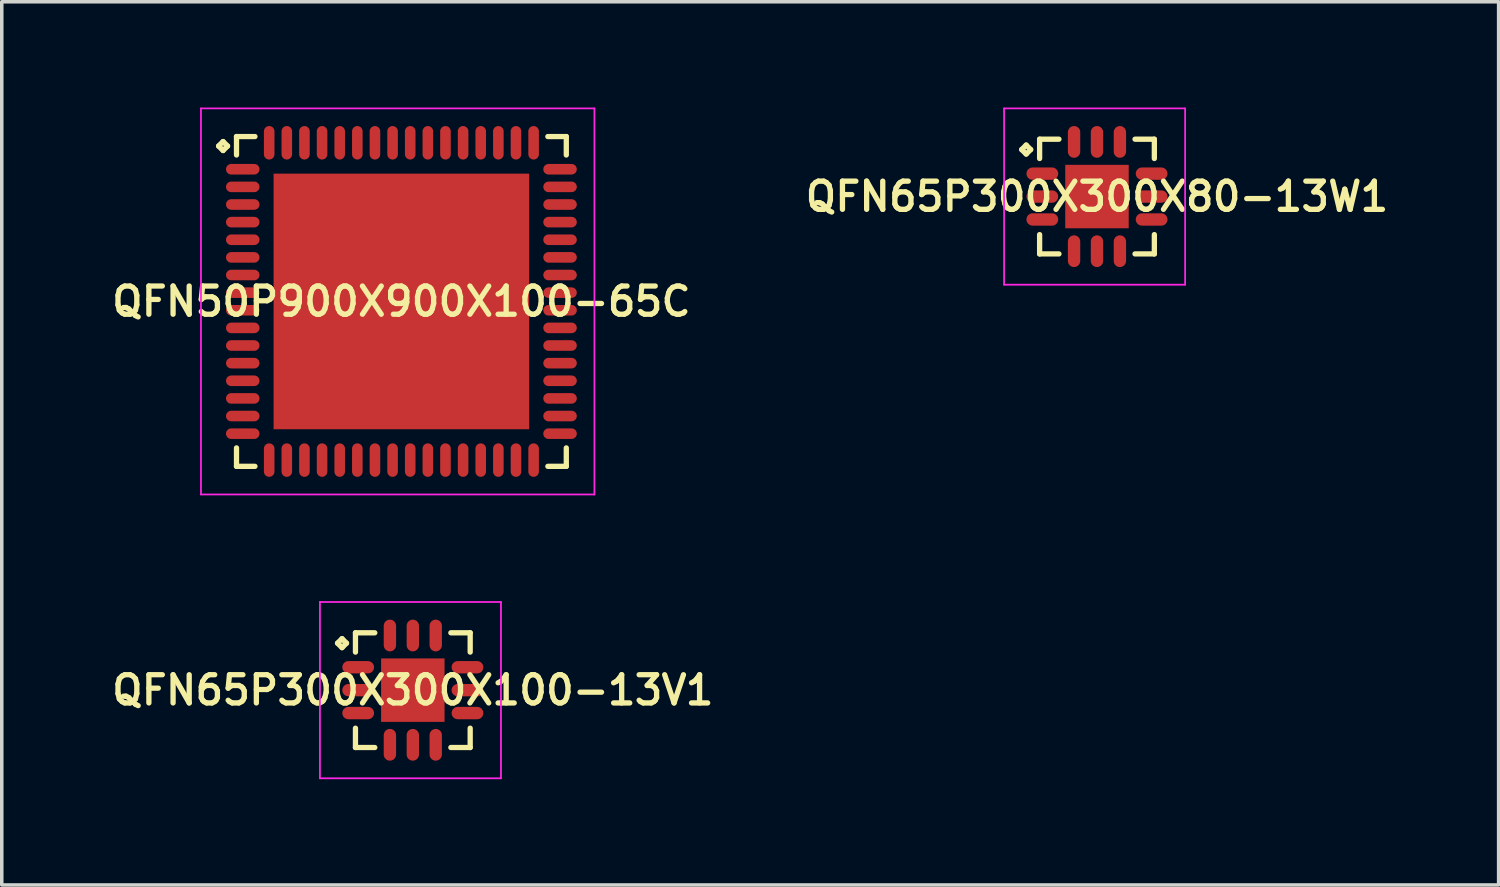
<source format=kicad_pcb>
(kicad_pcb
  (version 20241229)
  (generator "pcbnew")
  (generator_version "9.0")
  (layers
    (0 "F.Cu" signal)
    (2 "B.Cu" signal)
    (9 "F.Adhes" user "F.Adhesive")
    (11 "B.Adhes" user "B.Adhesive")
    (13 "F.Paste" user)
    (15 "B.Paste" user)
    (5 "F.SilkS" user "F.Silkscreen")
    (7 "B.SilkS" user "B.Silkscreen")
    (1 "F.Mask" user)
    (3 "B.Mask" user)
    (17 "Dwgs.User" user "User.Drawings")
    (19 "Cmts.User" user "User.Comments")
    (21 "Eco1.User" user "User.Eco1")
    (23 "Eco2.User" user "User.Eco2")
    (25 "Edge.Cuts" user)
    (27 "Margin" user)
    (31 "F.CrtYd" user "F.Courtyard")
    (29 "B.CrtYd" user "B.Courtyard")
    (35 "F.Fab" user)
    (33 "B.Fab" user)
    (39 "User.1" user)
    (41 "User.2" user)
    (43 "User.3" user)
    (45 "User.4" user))
  (footprint "QFN65P300X300X100-13V1"
    (layer "F.Cu")
    (at 8.659 16.525)
    (property "Reference" "QFN65P300X300X100-13V1" (at 0 0 0) (layer "F.SilkS") (effects (font (size 0.8 0.8) (thickness 0.15))))
    (attr smd)
    (fp_line (start -2.135 -1.333) (end -2.008 -1.46) (stroke (width 0.15) (type solid)) (layer "F.SilkS"))
    (fp_line (start -2.008 -1.46) (end -1.881 -1.333) (stroke (width 0.15) (type solid)) (layer "F.SilkS"))
    (fp_line (start -2.008 -1.206) (end -2.135 -1.333) (stroke (width 0.15) (type solid)) (layer "F.SilkS"))
    (fp_line (start -1.881 -1.333) (end -2.008 -1.206) (stroke (width 0.15) (type solid)) (layer "F.SilkS"))
    (fp_line (start -1.627 -1.627) (end -1.079 -1.627) (stroke (width 0.15) (type solid)) (layer "F.SilkS"))
    (fp_line (start -1.627 -1.079) (end -1.627 -1.627) (stroke (width 0.15) (type solid)) (layer "F.SilkS"))
    (fp_line (start -1.627 1.079) (end -1.627 1.627) (stroke (width 0.15) (type solid)) (layer "F.SilkS"))
    (fp_line (start -1.627 1.627) (end -1.079 1.627) (stroke (width 0.15) (type solid)) (layer "F.SilkS"))
    (fp_line (start 1.079 -1.627) (end 1.627 -1.627) (stroke (width 0.15) (type solid)) (layer "F.SilkS"))
    (fp_line (start 1.079 1.627) (end 1.627 1.627) (stroke (width 0.15) (type solid)) (layer "F.SilkS"))
    (fp_line (start 1.627 -1.627) (end 1.627 -1.079) (stroke (width 0.15) (type solid)) (layer "F.SilkS"))
    (fp_line (start 1.627 1.627) (end 1.627 1.079) (stroke (width 0.15) (type solid)) (layer "F.SilkS"))
    (fp_line (start -2.635 -2.5) (end 2.5 -2.5) (stroke (width 0.05) (type solid)) (layer "F.CrtYd"))
    (fp_line (start -2.635 2.5) (end -2.635 -2.5) (stroke (width 0.05) (type solid)) (layer "F.CrtYd"))
    (fp_line (start 2.5 -2.5) (end 2.5 2.5) (stroke (width 0.05) (type solid)) (layer "F.CrtYd"))
    (fp_line (start 2.5 2.5) (end -2.635 2.5) (stroke (width 0.05) (type solid)) (layer "F.CrtYd"))
    (pad "1" smd oval (at -1.55 -0.65) (size 0.9 0.35) (layers "F.Cu" "F.Mask" "F.Paste"))
    (pad "2" smd oval (at -1.55 0) (size 0.9 0.35) (layers "F.Cu" "F.Mask" "F.Paste"))
    (pad "3" smd oval (at -1.55 0.65) (size 0.9 0.35) (layers "F.Cu" "F.Mask" "F.Paste"))
    (pad "4" smd oval (at -0.65 1.55) (size 0.35 0.9) (layers "F.Cu" "F.Mask" "F.Paste"))
    (pad "5" smd oval (at 0 1.55) (size 0.35 0.9) (layers "F.Cu" "F.Mask" "F.Paste"))
    (pad "6" smd oval (at 0.65 1.55) (size 0.35 0.9) (layers "F.Cu" "F.Mask" "F.Paste"))
    (pad "7" smd oval (at 1.55 0.65) (size 0.9 0.35) (layers "F.Cu" "F.Mask" "F.Paste"))
    (pad "8" smd oval (at 1.55 0) (size 0.9 0.35) (layers "F.Cu" "F.Mask" "F.Paste"))
    (pad "9" smd oval (at 1.55 -0.65) (size 0.9 0.35) (layers "F.Cu" "F.Mask" "F.Paste"))
    (pad "10" smd oval (at 0.65 -1.55) (size 0.35 0.9) (layers "F.Cu" "F.Mask" "F.Paste"))
    (pad "11" smd oval (at 0 -1.55) (size 0.35 0.9) (layers "F.Cu" "F.Mask" "F.Paste"))
    (pad "12" smd oval (at -0.65 -1.55) (size 0.35 0.9) (layers "F.Cu" "F.Mask" "F.Paste"))
    (pad "13" smd rect (at 0 0) (size 1.8 1.8) (layers "F.Cu" "F.Mask" "F.Paste")))
  (footprint "QFN65P300X300X80-13W1"
    (layer "F.Cu")
    (at 28.064 2.525)
    (property "Reference" "QFN65P300X300X80-13W1" (at 0 0 0) (layer "F.SilkS") (effects (font (size 0.8 0.8) (thickness 0.15))))
    (attr smd)
    (fp_line (start -2.135 -1.333) (end -2.008 -1.46) (stroke (width 0.15) (type solid)) (layer "F.SilkS"))
    (fp_line (start -2.008 -1.46) (end -1.881 -1.333) (stroke (width 0.15) (type solid)) (layer "F.SilkS"))
    (fp_line (start -2.008 -1.206) (end -2.135 -1.333) (stroke (width 0.15) (type solid)) (layer "F.SilkS"))
    (fp_line (start -1.881 -1.333) (end -2.008 -1.206) (stroke (width 0.15) (type solid)) (layer "F.SilkS"))
    (fp_line (start -1.627 -1.627) (end -1.079 -1.627) (stroke (width 0.15) (type solid)) (layer "F.SilkS"))
    (fp_line (start -1.627 -1.079) (end -1.627 -1.627) (stroke (width 0.15) (type solid)) (layer "F.SilkS"))
    (fp_line (start -1.627 1.079) (end -1.627 1.627) (stroke (width 0.15) (type solid)) (layer "F.SilkS"))
    (fp_line (start -1.627 1.627) (end -1.079 1.627) (stroke (width 0.15) (type solid)) (layer "F.SilkS"))
    (fp_line (start 1.079 -1.627) (end 1.627 -1.627) (stroke (width 0.15) (type solid)) (layer "F.SilkS"))
    (fp_line (start 1.079 1.627) (end 1.627 1.627) (stroke (width 0.15) (type solid)) (layer "F.SilkS"))
    (fp_line (start 1.627 -1.627) (end 1.627 -1.079) (stroke (width 0.15) (type solid)) (layer "F.SilkS"))
    (fp_line (start 1.627 1.627) (end 1.627 1.079) (stroke (width 0.15) (type solid)) (layer "F.SilkS"))
    (fp_line (start -2.635 -2.5) (end 2.5 -2.5) (stroke (width 0.05) (type solid)) (layer "F.CrtYd"))
    (fp_line (start -2.635 2.5) (end -2.635 -2.5) (stroke (width 0.05) (type solid)) (layer "F.CrtYd"))
    (fp_line (start 2.5 -2.5) (end 2.5 2.5) (stroke (width 0.05) (type solid)) (layer "F.CrtYd"))
    (fp_line (start 2.5 2.5) (end -2.635 2.5) (stroke (width 0.05) (type solid)) (layer "F.CrtYd"))
    (pad "1" smd oval (at -1.55 -0.65) (size 0.9 0.35) (layers "F.Cu" "F.Mask" "F.Paste"))
    (pad "2" smd oval (at -1.55 0) (size 0.9 0.35) (layers "F.Cu" "F.Mask" "F.Paste"))
    (pad "3" smd oval (at -1.55 0.65) (size 0.9 0.35) (layers "F.Cu" "F.Mask" "F.Paste"))
    (pad "4" smd oval (at -0.65 1.55) (size 0.35 0.9) (layers "F.Cu" "F.Mask" "F.Paste"))
    (pad "5" smd oval (at 0 1.55) (size 0.35 0.9) (layers "F.Cu" "F.Mask" "F.Paste"))
    (pad "6" smd oval (at 0.65 1.55) (size 0.35 0.9) (layers "F.Cu" "F.Mask" "F.Paste"))
    (pad "7" smd oval (at 1.55 0.65) (size 0.9 0.35) (layers "F.Cu" "F.Mask" "F.Paste"))
    (pad "8" smd oval (at 1.55 0) (size 0.9 0.35) (layers "F.Cu" "F.Mask" "F.Paste"))
    (pad "9" smd oval (at 1.55 -0.65) (size 0.9 0.35) (layers "F.Cu" "F.Mask" "F.Paste"))
    (pad "10" smd oval (at 0.65 -1.55) (size 0.35 0.9) (layers "F.Cu" "F.Mask" "F.Paste"))
    (pad "11" smd oval (at 0 -1.55) (size 0.35 0.9) (layers "F.Cu" "F.Mask" "F.Paste"))
    (pad "12" smd oval (at -0.65 -1.55) (size 0.35 0.9) (layers "F.Cu" "F.Mask" "F.Paste"))
    (pad "13" smd rect (at 0 0) (size 1.8 1.8) (layers "F.Cu" "F.Mask" "F.Paste")))
  (footprint "QFN50P900X900X100-65C"
    (layer "F.Cu")
    (at 8.335 5.5)
    (property "Reference" "QFN50P900X900X100-65C" (at 0 0 0) (layer "F.SilkS") (effects (font (size 0.8 0.8) (thickness 0.15))))
    (attr smd)
    (fp_line (start -5.185 -4.408) (end -5.058 -4.535) (stroke (width 0.15) (type solid)) (layer "F.SilkS"))
    (fp_line (start -5.058 -4.535) (end -4.931 -4.408) (stroke (width 0.15) (type solid)) (layer "F.SilkS"))
    (fp_line (start -5.058 -4.281) (end -5.185 -4.408) (stroke (width 0.15) (type solid)) (layer "F.SilkS"))
    (fp_line (start -4.931 -4.408) (end -5.058 -4.281) (stroke (width 0.15) (type solid)) (layer "F.SilkS"))
    (fp_line (start -4.677 -4.677) (end -4.154 -4.677) (stroke (width 0.15) (type solid)) (layer "F.SilkS"))
    (fp_line (start -4.677 -4.154) (end -4.677 -4.677) (stroke (width 0.15) (type solid)) (layer "F.SilkS"))
    (fp_line (start -4.677 4.154) (end -4.677 4.677) (stroke (width 0.15) (type solid)) (layer "F.SilkS"))
    (fp_line (start -4.677 4.677) (end -4.154 4.677) (stroke (width 0.15) (type solid)) (layer "F.SilkS"))
    (fp_line (start 4.154 -4.677) (end 4.677 -4.677) (stroke (width 0.15) (type solid)) (layer "F.SilkS"))
    (fp_line (start 4.154 4.677) (end 4.677 4.677) (stroke (width 0.15) (type solid)) (layer "F.SilkS"))
    (fp_line (start 4.677 -4.677) (end 4.677 -4.154) (stroke (width 0.15) (type solid)) (layer "F.SilkS"))
    (fp_line (start 4.677 4.677) (end 4.677 4.154) (stroke (width 0.15) (type solid)) (layer "F.SilkS"))
    (fp_line (start -5.685 -5.475) (end 5.475 -5.475) (stroke (width 0.05) (type solid)) (layer "F.CrtYd"))
    (fp_line (start -5.685 5.475) (end -5.685 -5.475) (stroke (width 0.05) (type solid)) (layer "F.CrtYd"))
    (fp_line (start 5.475 -5.475) (end 5.475 5.475) (stroke (width 0.05) (type solid)) (layer "F.CrtYd"))
    (fp_line (start 5.475 5.475) (end -5.685 5.475) (stroke (width 0.05) (type solid)) (layer "F.CrtYd"))
    (pad "1" smd oval (at -4.5 -3.75) (size 0.95 0.3) (layers "F.Cu" "F.Mask" "F.Paste"))
    (pad "2" smd oval (at -4.5 -3.25) (size 0.95 0.3) (layers "F.Cu" "F.Mask" "F.Paste"))
    (pad "3" smd oval (at -4.5 -2.75) (size 0.95 0.3) (layers "F.Cu" "F.Mask" "F.Paste"))
    (pad "4" smd oval (at -4.5 -2.25) (size 0.95 0.3) (layers "F.Cu" "F.Mask" "F.Paste"))
    (pad "5" smd oval (at -4.5 -1.75) (size 0.95 0.3) (layers "F.Cu" "F.Mask" "F.Paste"))
    (pad "6" smd oval (at -4.5 -1.25) (size 0.95 0.3) (layers "F.Cu" "F.Mask" "F.Paste"))
    (pad "7" smd oval (at -4.5 -0.75) (size 0.95 0.3) (layers "F.Cu" "F.Mask" "F.Paste"))
    (pad "8" smd oval (at -4.5 -0.25) (size 0.95 0.3) (layers "F.Cu" "F.Mask" "F.Paste"))
    (pad "9" smd oval (at -4.5 0.25) (size 0.95 0.3) (layers "F.Cu" "F.Mask" "F.Paste"))
    (pad "10" smd oval (at -4.5 0.75) (size 0.95 0.3) (layers "F.Cu" "F.Mask" "F.Paste"))
    (pad "11" smd oval (at -4.5 1.25) (size 0.95 0.3) (layers "F.Cu" "F.Mask" "F.Paste"))
    (pad "12" smd oval (at -4.5 1.75) (size 0.95 0.3) (layers "F.Cu" "F.Mask" "F.Paste"))
    (pad "13" smd oval (at -4.5 2.25) (size 0.95 0.3) (layers "F.Cu" "F.Mask" "F.Paste"))
    (pad "14" smd oval (at -4.5 2.75) (size 0.95 0.3) (layers "F.Cu" "F.Mask" "F.Paste"))
    (pad "15" smd oval (at -4.5 3.25) (size 0.95 0.3) (layers "F.Cu" "F.Mask" "F.Paste"))
    (pad "16" smd oval (at -4.5 3.75) (size 0.95 0.3) (layers "F.Cu" "F.Mask" "F.Paste"))
    (pad "17" smd oval (at -3.75 4.5) (size 0.3 0.95) (layers "F.Cu" "F.Mask" "F.Paste"))
    (pad "18" smd oval (at -3.25 4.5) (size 0.3 0.95) (layers "F.Cu" "F.Mask" "F.Paste"))
    (pad "19" smd oval (at -2.75 4.5) (size 0.3 0.95) (layers "F.Cu" "F.Mask" "F.Paste"))
    (pad "20" smd oval (at -2.25 4.5) (size 0.3 0.95) (layers "F.Cu" "F.Mask" "F.Paste"))
    (pad "21" smd oval (at -1.75 4.5) (size 0.3 0.95) (layers "F.Cu" "F.Mask" "F.Paste"))
    (pad "22" smd oval (at -1.25 4.5) (size 0.3 0.95) (layers "F.Cu" "F.Mask" "F.Paste"))
    (pad "23" smd oval (at -0.75 4.5) (size 0.3 0.95) (layers "F.Cu" "F.Mask" "F.Paste"))
    (pad "24" smd oval (at -0.25 4.5) (size 0.3 0.95) (layers "F.Cu" "F.Mask" "F.Paste"))
    (pad "25" smd oval (at 0.25 4.5) (size 0.3 0.95) (layers "F.Cu" "F.Mask" "F.Paste"))
    (pad "26" smd oval (at 0.75 4.5) (size 0.3 0.95) (layers "F.Cu" "F.Mask" "F.Paste"))
    (pad "27" smd oval (at 1.25 4.5) (size 0.3 0.95) (layers "F.Cu" "F.Mask" "F.Paste"))
    (pad "28" smd oval (at 1.75 4.5) (size 0.3 0.95) (layers "F.Cu" "F.Mask" "F.Paste"))
    (pad "29" smd oval (at 2.25 4.5) (size 0.3 0.95) (layers "F.Cu" "F.Mask" "F.Paste"))
    (pad "30" smd oval (at 2.75 4.5) (size 0.3 0.95) (layers "F.Cu" "F.Mask" "F.Paste"))
    (pad "31" smd oval (at 3.25 4.5) (size 0.3 0.95) (layers "F.Cu" "F.Mask" "F.Paste"))
    (pad "32" smd oval (at 3.75 4.5) (size 0.3 0.95) (layers "F.Cu" "F.Mask" "F.Paste"))
    (pad "33" smd oval (at 4.5 3.75) (size 0.95 0.3) (layers "F.Cu" "F.Mask" "F.Paste"))
    (pad "34" smd oval (at 4.5 3.25) (size 0.95 0.3) (layers "F.Cu" "F.Mask" "F.Paste"))
    (pad "35" smd oval (at 4.5 2.75) (size 0.95 0.3) (layers "F.Cu" "F.Mask" "F.Paste"))
    (pad "36" smd oval (at 4.5 2.25) (size 0.95 0.3) (layers "F.Cu" "F.Mask" "F.Paste"))
    (pad "37" smd oval (at 4.5 1.75) (size 0.95 0.3) (layers "F.Cu" "F.Mask" "F.Paste"))
    (pad "38" smd oval (at 4.5 1.25) (size 0.95 0.3) (layers "F.Cu" "F.Mask" "F.Paste"))
    (pad "39" smd oval (at 4.5 0.75) (size 0.95 0.3) (layers "F.Cu" "F.Mask" "F.Paste"))
    (pad "40" smd oval (at 4.5 0.25) (size 0.95 0.3) (layers "F.Cu" "F.Mask" "F.Paste"))
    (pad "41" smd oval (at 4.5 -0.25) (size 0.95 0.3) (layers "F.Cu" "F.Mask" "F.Paste"))
    (pad "42" smd oval (at 4.5 -0.75) (size 0.95 0.3) (layers "F.Cu" "F.Mask" "F.Paste"))
    (pad "43" smd oval (at 4.5 -1.25) (size 0.95 0.3) (layers "F.Cu" "F.Mask" "F.Paste"))
    (pad "44" smd oval (at 4.5 -1.75) (size 0.95 0.3) (layers "F.Cu" "F.Mask" "F.Paste"))
    (pad "45" smd oval (at 4.5 -2.25) (size 0.95 0.3) (layers "F.Cu" "F.Mask" "F.Paste"))
    (pad "46" smd oval (at 4.5 -2.75) (size 0.95 0.3) (layers "F.Cu" "F.Mask" "F.Paste"))
    (pad "47" smd oval (at 4.5 -3.25) (size 0.95 0.3) (layers "F.Cu" "F.Mask" "F.Paste"))
    (pad "48" smd oval (at 4.5 -3.75) (size 0.95 0.3) (layers "F.Cu" "F.Mask" "F.Paste"))
    (pad "49" smd oval (at 3.75 -4.5) (size 0.3 0.95) (layers "F.Cu" "F.Mask" "F.Paste"))
    (pad "50" smd oval (at 3.25 -4.5) (size 0.3 0.95) (layers "F.Cu" "F.Mask" "F.Paste"))
    (pad "51" smd oval (at 2.75 -4.5) (size 0.3 0.95) (layers "F.Cu" "F.Mask" "F.Paste"))
    (pad "52" smd oval (at 2.25 -4.5) (size 0.3 0.95) (layers "F.Cu" "F.Mask" "F.Paste"))
    (pad "53" smd oval (at 1.75 -4.5) (size 0.3 0.95) (layers "F.Cu" "F.Mask" "F.Paste"))
    (pad "54" smd oval (at 1.25 -4.5) (size 0.3 0.95) (layers "F.Cu" "F.Mask" "F.Paste"))
    (pad "55" smd oval (at 0.75 -4.5) (size 0.3 0.95) (layers "F.Cu" "F.Mask" "F.Paste"))
    (pad "56" smd oval (at 0.25 -4.5) (size 0.3 0.95) (layers "F.Cu" "F.Mask" "F.Paste"))
    (pad "57" smd oval (at -0.25 -4.5) (size 0.3 0.95) (layers "F.Cu" "F.Mask" "F.Paste"))
    (pad "58" smd oval (at -0.75 -4.5) (size 0.3 0.95) (layers "F.Cu" "F.Mask" "F.Paste"))
    (pad "59" smd oval (at -1.25 -4.5) (size 0.3 0.95) (layers "F.Cu" "F.Mask" "F.Paste"))
    (pad "60" smd oval (at -1.75 -4.5) (size 0.3 0.95) (layers "F.Cu" "F.Mask" "F.Paste"))
    (pad "61" smd oval (at -2.25 -4.5) (size 0.3 0.95) (layers "F.Cu" "F.Mask" "F.Paste"))
    (pad "62" smd oval (at -2.75 -4.5) (size 0.3 0.95) (layers "F.Cu" "F.Mask" "F.Paste"))
    (pad "63" smd oval (at -3.25 -4.5) (size 0.3 0.95) (layers "F.Cu" "F.Mask" "F.Paste"))
    (pad "64" smd oval (at -3.75 -4.5) (size 0.3 0.95) (layers "F.Cu" "F.Mask" "F.Paste"))
    (pad "65" smd rect (at 0 0) (size 7.25 7.25) (layers "F.Cu" "F.Mask" "F.Paste")))
  (gr_rect
    (start -3 -3)
    (end 39.456 22.05)
    (stroke (width 0.1) (type default))
    (fill no)
    (layer "Edge.Cuts")))
</source>
